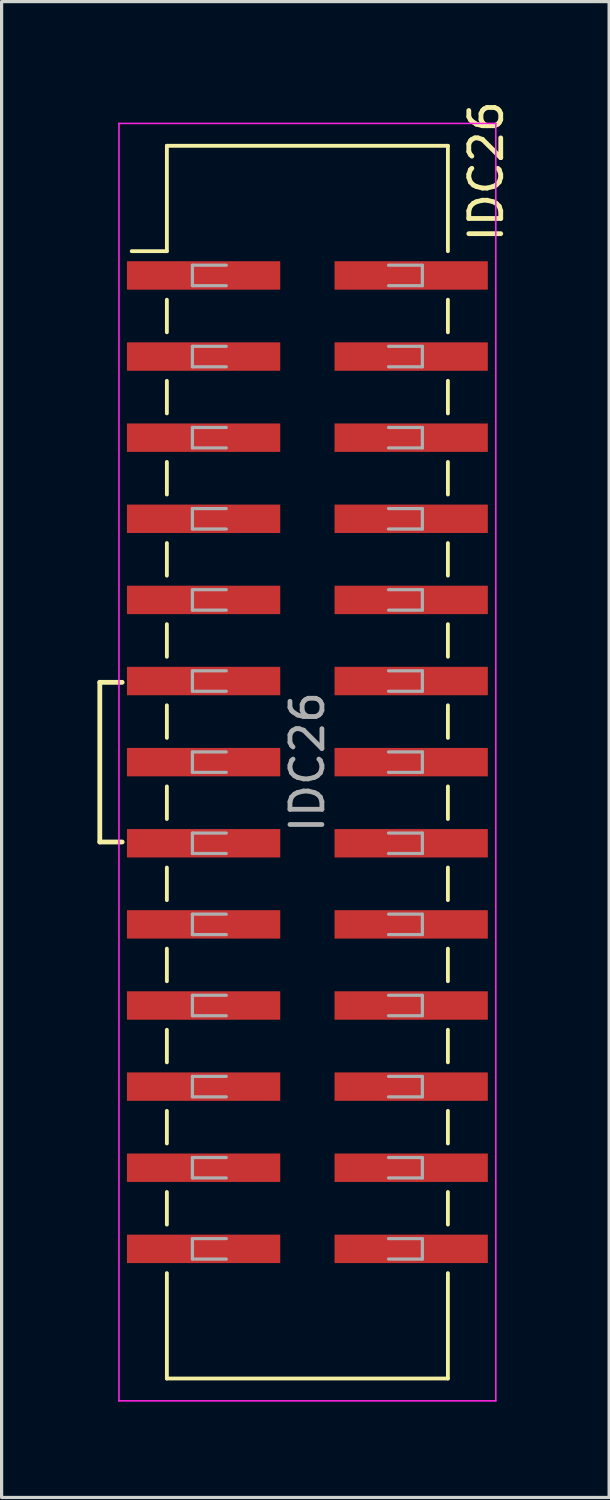
<source format=kicad_pcb>
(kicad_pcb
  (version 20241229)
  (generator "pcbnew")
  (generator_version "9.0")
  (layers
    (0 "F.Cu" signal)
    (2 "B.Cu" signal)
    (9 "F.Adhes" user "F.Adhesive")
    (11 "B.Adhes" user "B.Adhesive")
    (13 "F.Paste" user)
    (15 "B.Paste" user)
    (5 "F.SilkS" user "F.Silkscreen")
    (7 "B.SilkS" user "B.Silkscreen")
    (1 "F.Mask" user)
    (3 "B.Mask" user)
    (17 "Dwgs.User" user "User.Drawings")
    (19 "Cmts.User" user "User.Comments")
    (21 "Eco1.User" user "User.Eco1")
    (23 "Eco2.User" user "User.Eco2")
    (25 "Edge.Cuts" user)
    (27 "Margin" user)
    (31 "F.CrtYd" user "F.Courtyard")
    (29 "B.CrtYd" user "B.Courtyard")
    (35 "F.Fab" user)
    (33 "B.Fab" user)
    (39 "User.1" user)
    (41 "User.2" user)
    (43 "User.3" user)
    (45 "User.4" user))
  (footprint "IDC26"
    (layer "F.Cu")
    (at 6.575 20.815)
    (property "Reference" "IDC26" (at 5.6 -18.5 90) (layer "F.SilkS") (effects (font (size 1 1) (thickness 0.15))))
    (attr smd)
    (fp_line (start -6.5 -2.5) (end -6.5 2.5) (stroke (width 0.15) (type solid)) (layer "F.SilkS"))
    (fp_line (start -6.5 -2.5) (end -5.8 -2.5) (stroke (width 0.15) (type solid)) (layer "F.SilkS"))
    (fp_line (start -6.5 2.5) (end -5.8 2.5) (stroke (width 0.15) (type solid)) (layer "F.SilkS"))
    (fp_line (start -5.5 -16) (end -4.4 -16) (stroke (width 0.12) (type solid)) (layer "F.SilkS"))
    (fp_line (start -4.4 -19.3) (end -4.4 -16) (stroke (width 0.12) (type solid)) (layer "F.SilkS"))
    (fp_line (start -4.4 -19.3) (end 4.4 -19.3) (stroke (width 0.12) (type solid)) (layer "F.SilkS"))
    (fp_line (start -4.4 -14.48) (end -4.4 -13.46) (stroke (width 0.12) (type solid)) (layer "F.SilkS"))
    (fp_line (start -4.4 -11.94) (end -4.4 -10.92) (stroke (width 0.12) (type solid)) (layer "F.SilkS"))
    (fp_line (start -4.4 -9.4) (end -4.4 -8.38) (stroke (width 0.12) (type solid)) (layer "F.SilkS"))
    (fp_line (start -4.4 -6.86) (end -4.4 -5.84) (stroke (width 0.12) (type solid)) (layer "F.SilkS"))
    (fp_line (start -4.4 -4.32) (end -4.4 -3.3) (stroke (width 0.12) (type solid)) (layer "F.SilkS"))
    (fp_line (start -4.4 -1.78) (end -4.4 -0.76) (stroke (width 0.12) (type solid)) (layer "F.SilkS"))
    (fp_line (start -4.4 0.76) (end -4.4 1.78) (stroke (width 0.12) (type solid)) (layer "F.SilkS"))
    (fp_line (start -4.4 3.3) (end -4.4 4.32) (stroke (width 0.12) (type solid)) (layer "F.SilkS"))
    (fp_line (start -4.4 5.84) (end -4.4 6.86) (stroke (width 0.12) (type solid)) (layer "F.SilkS"))
    (fp_line (start -4.4 8.38) (end -4.4 9.4) (stroke (width 0.12) (type solid)) (layer "F.SilkS"))
    (fp_line (start -4.4 10.92) (end -4.4 11.94) (stroke (width 0.12) (type solid)) (layer "F.SilkS"))
    (fp_line (start -4.4 13.46) (end -4.4 14.48) (stroke (width 0.12) (type solid)) (layer "F.SilkS"))
    (fp_line (start -4.4 16) (end -4.4 19.3) (stroke (width 0.12) (type solid)) (layer "F.SilkS"))
    (fp_line (start -4.4 19.3) (end 4.4 19.3) (stroke (width 0.12) (type solid)) (layer "F.SilkS"))
    (fp_line (start 4.4 -19.3) (end 4.4 -16) (stroke (width 0.12) (type solid)) (layer "F.SilkS"))
    (fp_line (start 4.4 -14.48) (end 4.4 -13.46) (stroke (width 0.12) (type solid)) (layer "F.SilkS"))
    (fp_line (start 4.4 -11.94) (end 4.4 -10.92) (stroke (width 0.12) (type solid)) (layer "F.SilkS"))
    (fp_line (start 4.4 -9.4) (end 4.4 -8.38) (stroke (width 0.12) (type solid)) (layer "F.SilkS"))
    (fp_line (start 4.4 -6.86) (end 4.4 -5.84) (stroke (width 0.12) (type solid)) (layer "F.SilkS"))
    (fp_line (start 4.4 -4.32) (end 4.4 -3.3) (stroke (width 0.12) (type solid)) (layer "F.SilkS"))
    (fp_line (start 4.4 -1.78) (end 4.4 -0.76) (stroke (width 0.12) (type solid)) (layer "F.SilkS"))
    (fp_line (start 4.4 0.76) (end 4.4 1.78) (stroke (width 0.12) (type solid)) (layer "F.SilkS"))
    (fp_line (start 4.4 3.3) (end 4.4 4.32) (stroke (width 0.12) (type solid)) (layer "F.SilkS"))
    (fp_line (start 4.4 5.84) (end 4.4 6.86) (stroke (width 0.12) (type solid)) (layer "F.SilkS"))
    (fp_line (start 4.4 8.38) (end 4.4 9.4) (stroke (width 0.12) (type solid)) (layer "F.SilkS"))
    (fp_line (start 4.4 10.92) (end 4.4 11.94) (stroke (width 0.12) (type solid)) (layer "F.SilkS"))
    (fp_line (start 4.4 13.46) (end 4.4 14.48) (stroke (width 0.12) (type solid)) (layer "F.SilkS"))
    (fp_line (start 4.4 16) (end 4.4 19.3) (stroke (width 0.12) (type solid)) (layer "F.SilkS"))
    (fp_line (start -5.9 -20) (end -5.9 20) (stroke (width 0.05) (type solid)) (layer "F.CrtYd"))
    (fp_line (start -5.9 20) (end 5.9 20) (stroke (width 0.05) (type solid)) (layer "F.CrtYd"))
    (fp_line (start 5.9 -20) (end -5.9 -20) (stroke (width 0.05) (type solid)) (layer "F.CrtYd"))
    (fp_line (start 5.9 20) (end 5.9 -20) (stroke (width 0.05) (type solid)) (layer "F.CrtYd"))
    (fp_line (start -3.6 -15.56) (end -3.6 -14.92) (stroke (width 0.1) (type solid)) (layer "F.Fab"))
    (fp_line (start -3.6 -14.92) (end -2.54 -14.92) (stroke (width 0.1) (type solid)) (layer "F.Fab"))
    (fp_line (start -3.6 -13.02) (end -3.6 -12.38) (stroke (width 0.1) (type solid)) (layer "F.Fab"))
    (fp_line (start -3.6 -12.38) (end -2.54 -12.38) (stroke (width 0.1) (type solid)) (layer "F.Fab"))
    (fp_line (start -3.6 -10.48) (end -3.6 -9.84) (stroke (width 0.1) (type solid)) (layer "F.Fab"))
    (fp_line (start -3.6 -9.84) (end -2.54 -9.84) (stroke (width 0.1) (type solid)) (layer "F.Fab"))
    (fp_line (start -3.6 -7.94) (end -3.6 -7.3) (stroke (width 0.1) (type solid)) (layer "F.Fab"))
    (fp_line (start -3.6 -7.3) (end -2.54 -7.3) (stroke (width 0.1) (type solid)) (layer "F.Fab"))
    (fp_line (start -3.6 -5.4) (end -3.6 -4.76) (stroke (width 0.1) (type solid)) (layer "F.Fab"))
    (fp_line (start -3.6 -4.76) (end -2.54 -4.76) (stroke (width 0.1) (type solid)) (layer "F.Fab"))
    (fp_line (start -3.6 -2.86) (end -3.6 -2.22) (stroke (width 0.1) (type solid)) (layer "F.Fab"))
    (fp_line (start -3.6 -2.22) (end -2.54 -2.22) (stroke (width 0.1) (type solid)) (layer "F.Fab"))
    (fp_line (start -3.6 -0.32) (end -3.6 0.32) (stroke (width 0.1) (type solid)) (layer "F.Fab"))
    (fp_line (start -3.6 0.32) (end -2.54 0.32) (stroke (width 0.1) (type solid)) (layer "F.Fab"))
    (fp_line (start -3.6 2.22) (end -3.6 2.86) (stroke (width 0.1) (type solid)) (layer "F.Fab"))
    (fp_line (start -3.6 2.86) (end -2.54 2.86) (stroke (width 0.1) (type solid)) (layer "F.Fab"))
    (fp_line (start -3.6 4.76) (end -3.6 5.4) (stroke (width 0.1) (type solid)) (layer "F.Fab"))
    (fp_line (start -3.6 5.4) (end -2.54 5.4) (stroke (width 0.1) (type solid)) (layer "F.Fab"))
    (fp_line (start -3.6 7.3) (end -3.6 7.94) (stroke (width 0.1) (type solid)) (layer "F.Fab"))
    (fp_line (start -3.6 7.94) (end -2.54 7.94) (stroke (width 0.1) (type solid)) (layer "F.Fab"))
    (fp_line (start -3.6 9.84) (end -3.6 10.48) (stroke (width 0.1) (type solid)) (layer "F.Fab"))
    (fp_line (start -3.6 10.48) (end -2.54 10.48) (stroke (width 0.1) (type solid)) (layer "F.Fab"))
    (fp_line (start -3.6 12.38) (end -3.6 13.02) (stroke (width 0.1) (type solid)) (layer "F.Fab"))
    (fp_line (start -3.6 13.02) (end -2.54 13.02) (stroke (width 0.1) (type solid)) (layer "F.Fab"))
    (fp_line (start -3.6 14.92) (end -3.6 15.56) (stroke (width 0.1) (type solid)) (layer "F.Fab"))
    (fp_line (start -3.6 15.56) (end -2.54 15.56) (stroke (width 0.1) (type solid)) (layer "F.Fab"))
    (fp_line (start -2.54 -15.56) (end -3.6 -15.56) (stroke (width 0.1) (type solid)) (layer "F.Fab"))
    (fp_line (start -2.54 -13.02) (end -3.6 -13.02) (stroke (width 0.1) (type solid)) (layer "F.Fab"))
    (fp_line (start -2.54 -10.48) (end -3.6 -10.48) (stroke (width 0.1) (type solid)) (layer "F.Fab"))
    (fp_line (start -2.54 -7.94) (end -3.6 -7.94) (stroke (width 0.1) (type solid)) (layer "F.Fab"))
    (fp_line (start -2.54 -5.4) (end -3.6 -5.4) (stroke (width 0.1) (type solid)) (layer "F.Fab"))
    (fp_line (start -2.54 -2.86) (end -3.6 -2.86) (stroke (width 0.1) (type solid)) (layer "F.Fab"))
    (fp_line (start -2.54 -0.32) (end -3.6 -0.32) (stroke (width 0.1) (type solid)) (layer "F.Fab"))
    (fp_line (start -2.54 2.22) (end -3.6 2.22) (stroke (width 0.1) (type solid)) (layer "F.Fab"))
    (fp_line (start -2.54 4.76) (end -3.6 4.76) (stroke (width 0.1) (type solid)) (layer "F.Fab"))
    (fp_line (start -2.54 7.3) (end -3.6 7.3) (stroke (width 0.1) (type solid)) (layer "F.Fab"))
    (fp_line (start -2.54 9.84) (end -3.6 9.84) (stroke (width 0.1) (type solid)) (layer "F.Fab"))
    (fp_line (start -2.54 12.38) (end -3.6 12.38) (stroke (width 0.1) (type solid)) (layer "F.Fab"))
    (fp_line (start -2.54 14.92) (end -3.6 14.92) (stroke (width 0.1) (type solid)) (layer "F.Fab"))
    (fp_line (start 2.54 -15.56) (end 3.6 -15.56) (stroke (width 0.1) (type solid)) (layer "F.Fab"))
    (fp_line (start 2.54 -13.02) (end 3.6 -13.02) (stroke (width 0.1) (type solid)) (layer "F.Fab"))
    (fp_line (start 2.54 -10.48) (end 3.6 -10.48) (stroke (width 0.1) (type solid)) (layer "F.Fab"))
    (fp_line (start 2.54 -7.94) (end 3.6 -7.94) (stroke (width 0.1) (type solid)) (layer "F.Fab"))
    (fp_line (start 2.54 -5.4) (end 3.6 -5.4) (stroke (width 0.1) (type solid)) (layer "F.Fab"))
    (fp_line (start 2.54 -2.86) (end 3.6 -2.86) (stroke (width 0.1) (type solid)) (layer "F.Fab"))
    (fp_line (start 2.54 -0.32) (end 3.6 -0.32) (stroke (width 0.1) (type solid)) (layer "F.Fab"))
    (fp_line (start 2.54 2.22) (end 3.6 2.22) (stroke (width 0.1) (type solid)) (layer "F.Fab"))
    (fp_line (start 2.54 4.76) (end 3.6 4.76) (stroke (width 0.1) (type solid)) (layer "F.Fab"))
    (fp_line (start 2.54 7.3) (end 3.6 7.3) (stroke (width 0.1) (type solid)) (layer "F.Fab"))
    (fp_line (start 2.54 9.84) (end 3.6 9.84) (stroke (width 0.1) (type solid)) (layer "F.Fab"))
    (fp_line (start 2.54 12.38) (end 3.6 12.38) (stroke (width 0.1) (type solid)) (layer "F.Fab"))
    (fp_line (start 2.54 14.92) (end 3.6 14.92) (stroke (width 0.1) (type solid)) (layer "F.Fab"))
    (fp_line (start 3.6 -15.56) (end 3.6 -14.92) (stroke (width 0.1) (type solid)) (layer "F.Fab"))
    (fp_line (start 3.6 -14.92) (end 2.54 -14.92) (stroke (width 0.1) (type solid)) (layer "F.Fab"))
    (fp_line (start 3.6 -13.02) (end 3.6 -12.38) (stroke (width 0.1) (type solid)) (layer "F.Fab"))
    (fp_line (start 3.6 -12.38) (end 2.54 -12.38) (stroke (width 0.1) (type solid)) (layer "F.Fab"))
    (fp_line (start 3.6 -10.48) (end 3.6 -9.84) (stroke (width 0.1) (type solid)) (layer "F.Fab"))
    (fp_line (start 3.6 -9.84) (end 2.54 -9.84) (stroke (width 0.1) (type solid)) (layer "F.Fab"))
    (fp_line (start 3.6 -7.94) (end 3.6 -7.3) (stroke (width 0.1) (type solid)) (layer "F.Fab"))
    (fp_line (start 3.6 -7.3) (end 2.54 -7.3) (stroke (width 0.1) (type solid)) (layer "F.Fab"))
    (fp_line (start 3.6 -5.4) (end 3.6 -4.76) (stroke (width 0.1) (type solid)) (layer "F.Fab"))
    (fp_line (start 3.6 -4.76) (end 2.54 -4.76) (stroke (width 0.1) (type solid)) (layer "F.Fab"))
    (fp_line (start 3.6 -2.86) (end 3.6 -2.22) (stroke (width 0.1) (type solid)) (layer "F.Fab"))
    (fp_line (start 3.6 -2.22) (end 2.54 -2.22) (stroke (width 0.1) (type solid)) (layer "F.Fab"))
    (fp_line (start 3.6 -0.32) (end 3.6 0.32) (stroke (width 0.1) (type solid)) (layer "F.Fab"))
    (fp_line (start 3.6 0.32) (end 2.54 0.32) (stroke (width 0.1) (type solid)) (layer "F.Fab"))
    (fp_line (start 3.6 2.22) (end 3.6 2.86) (stroke (width 0.1) (type solid)) (layer "F.Fab"))
    (fp_line (start 3.6 2.86) (end 2.54 2.86) (stroke (width 0.1) (type solid)) (layer "F.Fab"))
    (fp_line (start 3.6 4.76) (end 3.6 5.4) (stroke (width 0.1) (type solid)) (layer "F.Fab"))
    (fp_line (start 3.6 5.4) (end 2.54 5.4) (stroke (width 0.1) (type solid)) (layer "F.Fab"))
    (fp_line (start 3.6 7.3) (end 3.6 7.94) (stroke (width 0.1) (type solid)) (layer "F.Fab"))
    (fp_line (start 3.6 7.94) (end 2.54 7.94) (stroke (width 0.1) (type solid)) (layer "F.Fab"))
    (fp_line (start 3.6 9.84) (end 3.6 10.48) (stroke (width 0.1) (type solid)) (layer "F.Fab"))
    (fp_line (start 3.6 10.48) (end 2.54 10.48) (stroke (width 0.1) (type solid)) (layer "F.Fab"))
    (fp_line (start 3.6 12.38) (end 3.6 13.02) (stroke (width 0.1) (type solid)) (layer "F.Fab"))
    (fp_line (start 3.6 13.02) (end 2.54 13.02) (stroke (width 0.1) (type solid)) (layer "F.Fab"))
    (fp_line (start 3.6 14.92) (end 3.6 15.56) (stroke (width 0.1) (type solid)) (layer "F.Fab"))
    (fp_line (start 3.6 15.56) (end 2.54 15.56) (stroke (width 0.1) (type solid)) (layer "F.Fab"))
    (fp_text user "${REFERENCE}" (at 0 0 90) (layer "F.Fab") (effects (font (size 1 1) (thickness 0.15))))
    (pad "1" smd rect (at -3.25 -15.24) (size 4.8 0.89) (layers "F.Cu" "F.Mask" "F.Paste"))
    (pad "2" smd rect (at 3.25 -15.24) (size 4.8 0.89) (layers "F.Cu" "F.Mask" "F.Paste"))
    (pad "3" smd rect (at -3.25 -12.7) (size 4.8 0.89) (layers "F.Cu" "F.Mask" "F.Paste"))
    (pad "4" smd rect (at 3.25 -12.7) (size 4.8 0.89) (layers "F.Cu" "F.Mask" "F.Paste"))
    (pad "5" smd rect (at -3.25 -10.16) (size 4.8 0.89) (layers "F.Cu" "F.Mask" "F.Paste"))
    (pad "6" smd rect (at 3.25 -10.16) (size 4.8 0.89) (layers "F.Cu" "F.Mask" "F.Paste"))
    (pad "7" smd rect (at -3.25 -7.62) (size 4.8 0.89) (layers "F.Cu" "F.Mask" "F.Paste"))
    (pad "8" smd rect (at 3.25 -7.62) (size 4.8 0.89) (layers "F.Cu" "F.Mask" "F.Paste"))
    (pad "9" smd rect (at -3.25 -5.08) (size 4.8 0.89) (layers "F.Cu" "F.Mask" "F.Paste"))
    (pad "10" smd rect (at 3.25 -5.08) (size 4.8 0.89) (layers "F.Cu" "F.Mask" "F.Paste"))
    (pad "11" smd rect (at -3.25 -2.54) (size 4.8 0.89) (layers "F.Cu" "F.Mask" "F.Paste"))
    (pad "12" smd rect (at 3.25 -2.54) (size 4.8 0.89) (layers "F.Cu" "F.Mask" "F.Paste"))
    (pad "13" smd rect (at -3.25 0) (size 4.8 0.89) (layers "F.Cu" "F.Mask" "F.Paste"))
    (pad "14" smd rect (at 3.25 0) (size 4.8 0.89) (layers "F.Cu" "F.Mask" "F.Paste"))
    (pad "15" smd rect (at -3.25 2.54) (size 4.8 0.89) (layers "F.Cu" "F.Mask" "F.Paste"))
    (pad "16" smd rect (at 3.25 2.54) (size 4.8 0.89) (layers "F.Cu" "F.Mask" "F.Paste"))
    (pad "17" smd rect (at -3.25 5.08) (size 4.8 0.89) (layers "F.Cu" "F.Mask" "F.Paste"))
    (pad "18" smd rect (at 3.25 5.08) (size 4.8 0.89) (layers "F.Cu" "F.Mask" "F.Paste"))
    (pad "19" smd rect (at -3.25 7.62) (size 4.8 0.89) (layers "F.Cu" "F.Mask" "F.Paste"))
    (pad "20" smd rect (at 3.25 7.62) (size 4.8 0.89) (layers "F.Cu" "F.Mask" "F.Paste"))
    (pad "21" smd rect (at -3.25 10.16) (size 4.8 0.89) (layers "F.Cu" "F.Mask" "F.Paste"))
    (pad "22" smd rect (at 3.25 10.16) (size 4.8 0.89) (layers "F.Cu" "F.Mask" "F.Paste"))
    (pad "23" smd rect (at -3.25 12.7) (size 4.8 0.89) (layers "F.Cu" "F.Mask" "F.Paste"))
    (pad "24" smd rect (at 3.25 12.7) (size 4.8 0.89) (layers "F.Cu" "F.Mask" "F.Paste"))
    (pad "25" smd rect (at -3.25 15.24) (size 4.8 0.89) (layers "F.Cu" "F.Mask" "F.Paste"))
    (pad "26" smd rect (at 3.25 15.24) (size 4.8 0.89) (layers "F.Cu" "F.Mask" "F.Paste")))
  (gr_rect
    (start -3 -3)
    (end 16.023 43.84)
    (stroke (width 0.1) (type default))
    (fill no)
    (layer "Edge.Cuts")))
</source>
